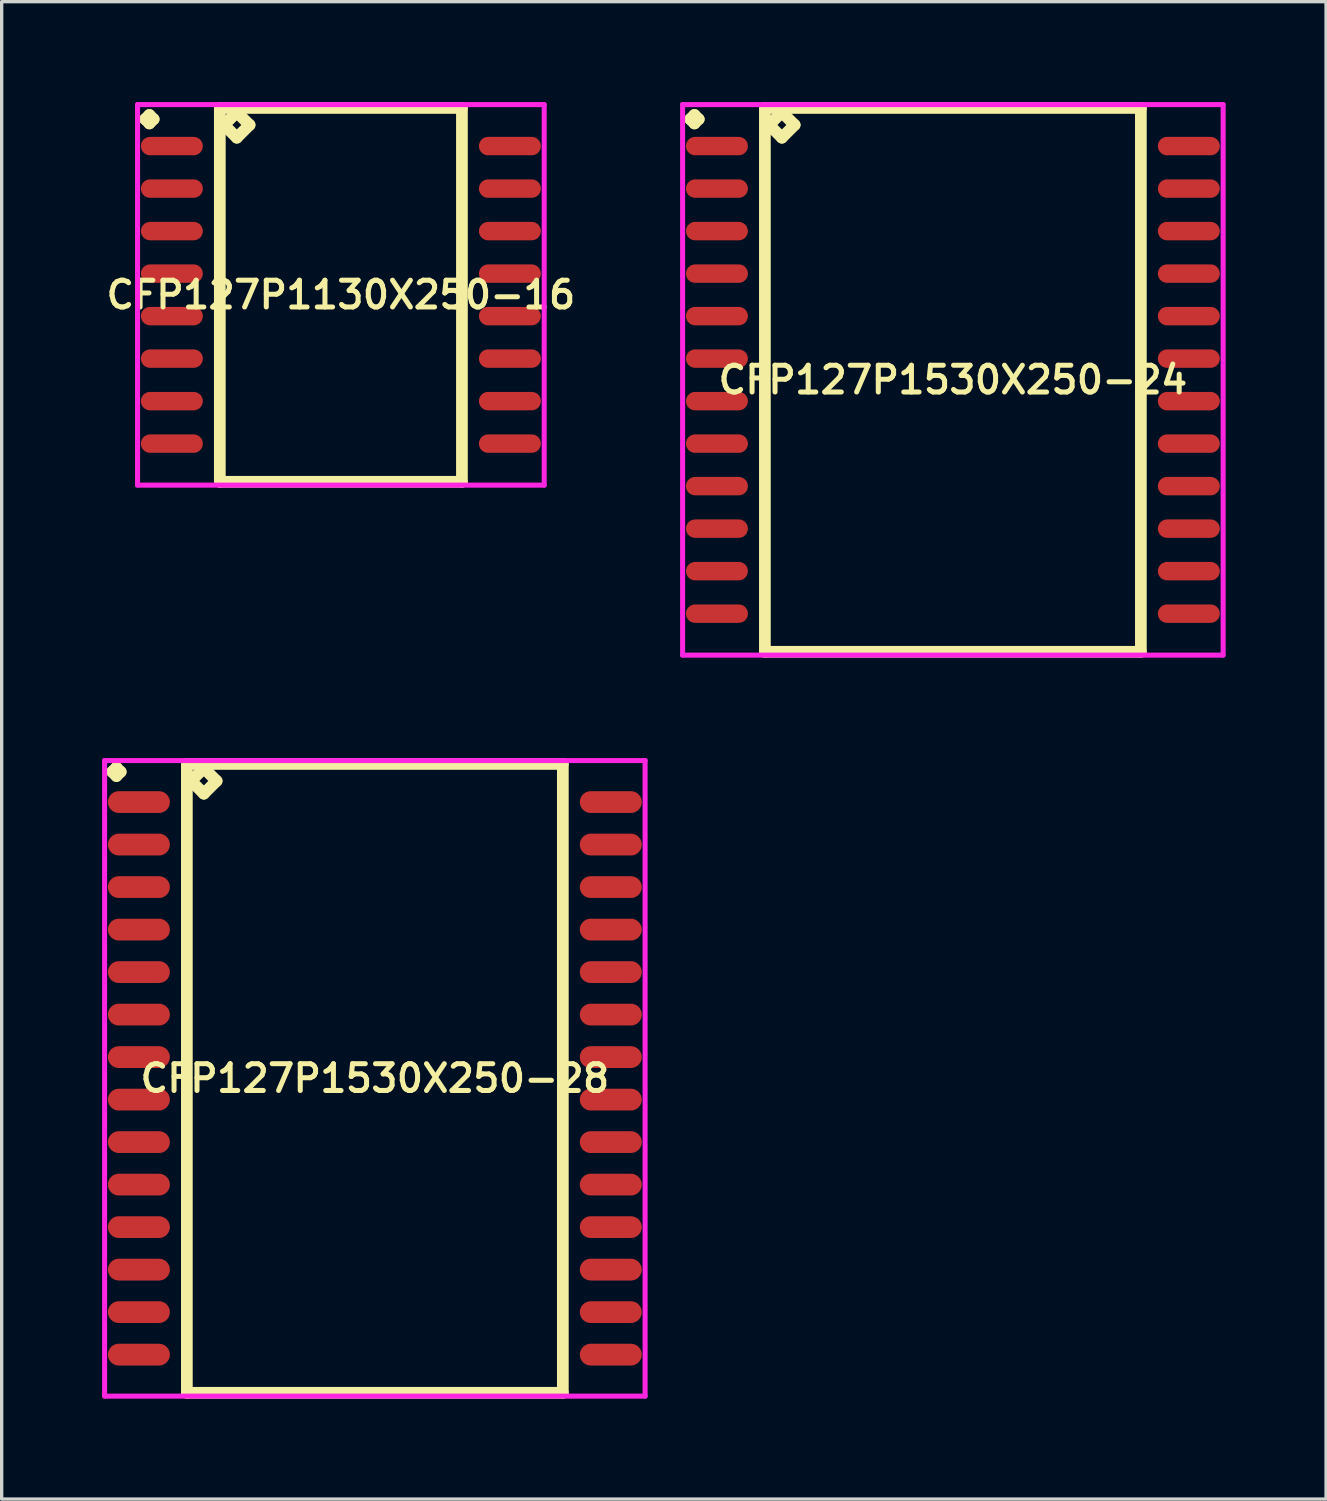
<source format=kicad_pcb>
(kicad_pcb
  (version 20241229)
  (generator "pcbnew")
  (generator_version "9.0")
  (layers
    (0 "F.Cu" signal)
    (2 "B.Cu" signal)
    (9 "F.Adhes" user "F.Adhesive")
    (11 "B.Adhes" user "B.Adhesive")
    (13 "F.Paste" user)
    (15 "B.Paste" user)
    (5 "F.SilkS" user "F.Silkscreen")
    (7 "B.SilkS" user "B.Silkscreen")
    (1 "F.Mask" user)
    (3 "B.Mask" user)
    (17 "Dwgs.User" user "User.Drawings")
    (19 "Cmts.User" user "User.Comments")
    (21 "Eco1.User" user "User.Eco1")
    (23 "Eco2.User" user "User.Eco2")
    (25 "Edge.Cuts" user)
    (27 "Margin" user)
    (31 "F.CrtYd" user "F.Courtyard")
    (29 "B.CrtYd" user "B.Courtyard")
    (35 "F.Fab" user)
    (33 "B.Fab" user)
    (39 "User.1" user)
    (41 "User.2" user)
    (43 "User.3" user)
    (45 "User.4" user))
  (footprint "CFP127P1130X250-16"
    (layer "F.Cu")
    (at 7.135 5.76)
    (property "Reference" "CFP127P1130X250-16" (at 0 0 0) (layer "F.SilkS") (effects (font (size 0.8 0.8) (thickness 0.15))))
    (attr smd)
    (fp_line (start -5.848 -5.249) (end -5.721 -5.376) (stroke (width 0.35) (type solid)) (layer "F.SilkS"))
    (fp_line (start -5.721 -5.376) (end -5.594 -5.249) (stroke (width 0.35) (type solid)) (layer "F.SilkS"))
    (fp_line (start -5.721 -5.122) (end -5.848 -5.249) (stroke (width 0.35) (type solid)) (layer "F.SilkS"))
    (fp_line (start -5.594 -5.249) (end -5.721 -5.122) (stroke (width 0.35) (type solid)) (layer "F.SilkS"))
    (fp_line (start -3.617 -5.585) (end -3.617 5.585) (stroke (width 0.35) (type solid)) (layer "F.SilkS"))
    (fp_line (start -3.617 5.585) (end 3.617 5.585) (stroke (width 0.35) (type solid)) (layer "F.SilkS"))
    (fp_line (start -3.49 -5.077) (end -3.109 -5.458) (stroke (width 0.35) (type solid)) (layer "F.SilkS"))
    (fp_line (start -3.109 -5.458) (end -2.728 -5.077) (stroke (width 0.35) (type solid)) (layer "F.SilkS"))
    (fp_line (start -3.109 -4.696) (end -3.49 -5.077) (stroke (width 0.35) (type solid)) (layer "F.SilkS"))
    (fp_line (start -2.728 -5.077) (end -3.109 -4.696) (stroke (width 0.35) (type solid)) (layer "F.SilkS"))
    (fp_line (start 3.617 -5.585) (end -3.617 -5.585) (stroke (width 0.35) (type solid)) (layer "F.SilkS"))
    (fp_line (start 3.617 5.585) (end 3.617 -5.585) (stroke (width 0.35) (type solid)) (layer "F.SilkS"))
    (fp_line (start -6.075 -5.685) (end 6.075 -5.685) (stroke (width 0.15) (type solid)) (layer "F.CrtYd"))
    (fp_line (start -6.075 5.685) (end -6.075 -5.685) (stroke (width 0.15) (type solid)) (layer "F.CrtYd"))
    (fp_line (start 6.075 -5.685) (end 6.075 5.685) (stroke (width 0.15) (type solid)) (layer "F.CrtYd"))
    (fp_line (start 6.075 5.685) (end -6.075 5.685) (stroke (width 0.15) (type solid)) (layer "F.CrtYd"))
    (pad "1" smd oval (at -5.05 -4.445) (size 1.85 0.55) (layers "F.Cu" "F.Mask" "F.Paste"))
    (pad "2" smd oval (at -5.05 -3.175) (size 1.85 0.55) (layers "F.Cu" "F.Mask" "F.Paste"))
    (pad "3" smd oval (at -5.05 -1.905) (size 1.85 0.55) (layers "F.Cu" "F.Mask" "F.Paste"))
    (pad "4" smd oval (at -5.05 -0.635) (size 1.85 0.55) (layers "F.Cu" "F.Mask" "F.Paste"))
    (pad "5" smd oval (at -5.05 0.635) (size 1.85 0.55) (layers "F.Cu" "F.Mask" "F.Paste"))
    (pad "6" smd oval (at -5.05 1.905) (size 1.85 0.55) (layers "F.Cu" "F.Mask" "F.Paste"))
    (pad "7" smd oval (at -5.05 3.175) (size 1.85 0.55) (layers "F.Cu" "F.Mask" "F.Paste"))
    (pad "8" smd oval (at -5.05 4.445) (size 1.85 0.55) (layers "F.Cu" "F.Mask" "F.Paste"))
    (pad "9" smd oval (at 5.05 4.445) (size 1.85 0.55) (layers "F.Cu" "F.Mask" "F.Paste"))
    (pad "10" smd oval (at 5.05 3.175) (size 1.85 0.55) (layers "F.Cu" "F.Mask" "F.Paste"))
    (pad "11" smd oval (at 5.05 1.905) (size 1.85 0.55) (layers "F.Cu" "F.Mask" "F.Paste"))
    (pad "12" smd oval (at 5.05 0.635) (size 1.85 0.55) (layers "F.Cu" "F.Mask" "F.Paste"))
    (pad "13" smd oval (at 5.05 -0.635) (size 1.85 0.55) (layers "F.Cu" "F.Mask" "F.Paste"))
    (pad "14" smd oval (at 5.05 -1.905) (size 1.85 0.55) (layers "F.Cu" "F.Mask" "F.Paste"))
    (pad "15" smd oval (at 5.05 -3.175) (size 1.85 0.55) (layers "F.Cu" "F.Mask" "F.Paste"))
    (pad "16" smd oval (at 5.05 -4.445) (size 1.85 0.55) (layers "F.Cu" "F.Mask" "F.Paste")))
  (footprint "CFP127P1530X250-24"
    (layer "F.Cu")
    (at 25.421 8.3)
    (property "Reference" "CFP127P1530X250-24" (at 0 0 0) (layer "F.SilkS") (effects (font (size 0.8 0.8) (thickness 0.15))))
    (attr smd)
    (fp_line (start -7.848 -7.789) (end -7.721 -7.916) (stroke (width 0.35) (type solid)) (layer "F.SilkS"))
    (fp_line (start -7.721 -7.916) (end -7.594 -7.789) (stroke (width 0.35) (type solid)) (layer "F.SilkS"))
    (fp_line (start -7.721 -7.662) (end -7.848 -7.789) (stroke (width 0.35) (type solid)) (layer "F.SilkS"))
    (fp_line (start -7.594 -7.789) (end -7.721 -7.662) (stroke (width 0.35) (type solid)) (layer "F.SilkS"))
    (fp_line (start -5.617 -8.125) (end -5.617 8.125) (stroke (width 0.35) (type solid)) (layer "F.SilkS"))
    (fp_line (start -5.617 8.125) (end 5.617 8.125) (stroke (width 0.35) (type solid)) (layer "F.SilkS"))
    (fp_line (start -5.49 -7.617) (end -5.109 -7.998) (stroke (width 0.35) (type solid)) (layer "F.SilkS"))
    (fp_line (start -5.109 -7.998) (end -4.728 -7.617) (stroke (width 0.35) (type solid)) (layer "F.SilkS"))
    (fp_line (start -5.109 -7.236) (end -5.49 -7.617) (stroke (width 0.35) (type solid)) (layer "F.SilkS"))
    (fp_line (start -4.728 -7.617) (end -5.109 -7.236) (stroke (width 0.35) (type solid)) (layer "F.SilkS"))
    (fp_line (start 5.617 -8.125) (end -5.617 -8.125) (stroke (width 0.35) (type solid)) (layer "F.SilkS"))
    (fp_line (start 5.617 8.125) (end 5.617 -8.125) (stroke (width 0.35) (type solid)) (layer "F.SilkS"))
    (fp_line (start -8.075 -8.225) (end 8.075 -8.225) (stroke (width 0.15) (type solid)) (layer "F.CrtYd"))
    (fp_line (start -8.075 8.225) (end -8.075 -8.225) (stroke (width 0.15) (type solid)) (layer "F.CrtYd"))
    (fp_line (start 8.075 -8.225) (end 8.075 8.225) (stroke (width 0.15) (type solid)) (layer "F.CrtYd"))
    (fp_line (start 8.075 8.225) (end -8.075 8.225) (stroke (width 0.15) (type solid)) (layer "F.CrtYd"))
    (pad "1" smd oval (at -7.05 -6.985) (size 1.85 0.55) (layers "F.Cu" "F.Mask" "F.Paste"))
    (pad "2" smd oval (at -7.05 -5.715) (size 1.85 0.55) (layers "F.Cu" "F.Mask" "F.Paste"))
    (pad "3" smd oval (at -7.05 -4.445) (size 1.85 0.55) (layers "F.Cu" "F.Mask" "F.Paste"))
    (pad "4" smd oval (at -7.05 -3.175) (size 1.85 0.55) (layers "F.Cu" "F.Mask" "F.Paste"))
    (pad "5" smd oval (at -7.05 -1.905) (size 1.85 0.55) (layers "F.Cu" "F.Mask" "F.Paste"))
    (pad "6" smd oval (at -7.05 -0.635) (size 1.85 0.55) (layers "F.Cu" "F.Mask" "F.Paste"))
    (pad "7" smd oval (at -7.05 0.635) (size 1.85 0.55) (layers "F.Cu" "F.Mask" "F.Paste"))
    (pad "8" smd oval (at -7.05 1.905) (size 1.85 0.55) (layers "F.Cu" "F.Mask" "F.Paste"))
    (pad "9" smd oval (at -7.05 3.175) (size 1.85 0.55) (layers "F.Cu" "F.Mask" "F.Paste"))
    (pad "10" smd oval (at -7.05 4.445) (size 1.85 0.55) (layers "F.Cu" "F.Mask" "F.Paste"))
    (pad "11" smd oval (at -7.05 5.715) (size 1.85 0.55) (layers "F.Cu" "F.Mask" "F.Paste"))
    (pad "12" smd oval (at -7.05 6.985) (size 1.85 0.55) (layers "F.Cu" "F.Mask" "F.Paste"))
    (pad "13" smd oval (at 7.05 6.985) (size 1.85 0.55) (layers "F.Cu" "F.Mask" "F.Paste"))
    (pad "14" smd oval (at 7.05 5.715) (size 1.85 0.55) (layers "F.Cu" "F.Mask" "F.Paste"))
    (pad "15" smd oval (at 7.05 4.445) (size 1.85 0.55) (layers "F.Cu" "F.Mask" "F.Paste"))
    (pad "16" smd oval (at 7.05 3.175) (size 1.85 0.55) (layers "F.Cu" "F.Mask" "F.Paste"))
    (pad "17" smd oval (at 7.05 1.905) (size 1.85 0.55) (layers "F.Cu" "F.Mask" "F.Paste"))
    (pad "18" smd oval (at 7.05 0.635) (size 1.85 0.55) (layers "F.Cu" "F.Mask" "F.Paste"))
    (pad "19" smd oval (at 7.05 -0.635) (size 1.85 0.55) (layers "F.Cu" "F.Mask" "F.Paste"))
    (pad "20" smd oval (at 7.05 -1.905) (size 1.85 0.55) (layers "F.Cu" "F.Mask" "F.Paste"))
    (pad "21" smd oval (at 7.05 -3.175) (size 1.85 0.55) (layers "F.Cu" "F.Mask" "F.Paste"))
    (pad "22" smd oval (at 7.05 -4.445) (size 1.85 0.55) (layers "F.Cu" "F.Mask" "F.Paste"))
    (pad "23" smd oval (at 7.05 -5.715) (size 1.85 0.55) (layers "F.Cu" "F.Mask" "F.Paste"))
    (pad "24" smd oval (at 7.05 -6.985) (size 1.85 0.55) (layers "F.Cu" "F.Mask" "F.Paste")))
  (footprint "CFP127P1530X250-28"
    (layer "F.Cu")
    (at 8.15 29.17)
    (property "Reference" "CFP127P1530X250-28" (at 0 0 0) (layer "F.SilkS") (effects (font (size 0.8 0.8) (thickness 0.15))))
    (attr through_hole)
    (fp_line (start -7.848 -9.159) (end -7.721 -9.286) (stroke (width 0.35) (type solid)) (layer "F.SilkS"))
    (fp_line (start -7.721 -9.286) (end -7.594 -9.159) (stroke (width 0.35) (type solid)) (layer "F.SilkS"))
    (fp_line (start -7.721 -9.032) (end -7.848 -9.159) (stroke (width 0.35) (type solid)) (layer "F.SilkS"))
    (fp_line (start -7.594 -9.159) (end -7.721 -9.032) (stroke (width 0.35) (type solid)) (layer "F.SilkS"))
    (fp_line (start -5.617 -9.395) (end -5.617 9.395) (stroke (width 0.35) (type solid)) (layer "F.SilkS"))
    (fp_line (start -5.617 9.395) (end 5.617 9.395) (stroke (width 0.35) (type solid)) (layer "F.SilkS"))
    (fp_line (start -5.49 -8.887) (end -5.109 -9.268) (stroke (width 0.35) (type solid)) (layer "F.SilkS"))
    (fp_line (start -5.109 -9.268) (end -4.728 -8.887) (stroke (width 0.35) (type solid)) (layer "F.SilkS"))
    (fp_line (start -5.109 -8.506) (end -5.49 -8.887) (stroke (width 0.35) (type solid)) (layer "F.SilkS"))
    (fp_line (start -4.728 -8.887) (end -5.109 -8.506) (stroke (width 0.35) (type solid)) (layer "F.SilkS"))
    (fp_line (start 5.617 -9.395) (end -5.617 -9.395) (stroke (width 0.35) (type solid)) (layer "F.SilkS"))
    (fp_line (start 5.617 9.395) (end 5.617 -9.395) (stroke (width 0.35) (type solid)) (layer "F.SilkS"))
    (fp_line (start -8.075 -9.495) (end 8.075 -9.495) (stroke (width 0.15) (type solid)) (layer "F.CrtYd"))
    (fp_line (start -8.075 9.495) (end -8.075 -9.495) (stroke (width 0.15) (type solid)) (layer "F.CrtYd"))
    (fp_line (start 8.075 -9.495) (end 8.075 9.495) (stroke (width 0.15) (type solid)) (layer "F.CrtYd"))
    (fp_line (start 8.075 9.495) (end -8.075 9.495) (stroke (width 0.15) (type solid)) (layer "F.CrtYd"))
    (pad "1" smd oval (at -7.05 -8.255) (size 1.85 0.65) (layers "F.Cu" "F.Mask" "F.Paste"))
    (pad "2" smd oval (at -7.05 -6.985) (size 1.85 0.65) (layers "F.Cu" "F.Mask" "F.Paste"))
    (pad "3" smd oval (at -7.05 -5.715) (size 1.85 0.65) (layers "F.Cu" "F.Mask" "F.Paste"))
    (pad "4" smd oval (at -7.05 -4.445) (size 1.85 0.65) (layers "F.Cu" "F.Mask" "F.Paste"))
    (pad "5" smd oval (at -7.05 -3.175) (size 1.85 0.65) (layers "F.Cu" "F.Mask" "F.Paste"))
    (pad "6" smd oval (at -7.05 -1.905) (size 1.85 0.65) (layers "F.Cu" "F.Mask" "F.Paste"))
    (pad "7" smd oval (at -7.05 -0.635) (size 1.85 0.65) (layers "F.Cu" "F.Mask" "F.Paste"))
    (pad "8" smd oval (at -7.05 0.635) (size 1.85 0.65) (layers "F.Cu" "F.Mask" "F.Paste"))
    (pad "9" smd oval (at -7.05 1.905) (size 1.85 0.65) (layers "F.Cu" "F.Mask" "F.Paste"))
    (pad "10" smd oval (at -7.05 3.175) (size 1.85 0.65) (layers "F.Cu" "F.Mask" "F.Paste"))
    (pad "11" smd oval (at -7.05 4.445) (size 1.85 0.65) (layers "F.Cu" "F.Mask" "F.Paste"))
    (pad "12" smd oval (at -7.05 5.715) (size 1.85 0.65) (layers "F.Cu" "F.Mask" "F.Paste"))
    (pad "13" smd oval (at -7.05 6.985) (size 1.85 0.65) (layers "F.Cu" "F.Mask" "F.Paste"))
    (pad "14" smd oval (at -7.05 8.255) (size 1.85 0.65) (layers "F.Cu" "F.Mask" "F.Paste"))
    (pad "15" smd oval (at 7.05 8.255) (size 1.85 0.65) (layers "F.Cu" "F.Mask" "F.Paste"))
    (pad "16" smd oval (at 7.05 6.985) (size 1.85 0.65) (layers "F.Cu" "F.Mask" "F.Paste"))
    (pad "17" smd oval (at 7.05 5.715) (size 1.85 0.65) (layers "F.Cu" "F.Mask" "F.Paste"))
    (pad "18" smd oval (at 7.05 4.445) (size 1.85 0.65) (layers "F.Cu" "F.Mask" "F.Paste"))
    (pad "19" smd oval (at 7.05 3.175) (size 1.85 0.65) (layers "F.Cu" "F.Mask" "F.Paste"))
    (pad "20" smd oval (at 7.05 1.905) (size 1.85 0.65) (layers "F.Cu" "F.Mask" "F.Paste"))
    (pad "21" smd oval (at 7.05 0.635) (size 1.85 0.65) (layers "F.Cu" "F.Mask" "F.Paste"))
    (pad "22" smd oval (at 7.05 -0.635) (size 1.85 0.65) (layers "F.Cu" "F.Mask" "F.Paste"))
    (pad "23" smd oval (at 7.05 -1.905) (size 1.85 0.65) (layers "F.Cu" "F.Mask" "F.Paste"))
    (pad "24" smd oval (at 7.05 -3.175) (size 1.85 0.65) (layers "F.Cu" "F.Mask" "F.Paste"))
    (pad "25" smd oval (at 7.05 -4.445) (size 1.85 0.65) (layers "F.Cu" "F.Mask" "F.Paste"))
    (pad "26" smd oval (at 7.05 -5.715) (size 1.85 0.65) (layers "F.Cu" "F.Mask" "F.Paste"))
    (pad "27" smd oval (at 7.05 -6.985) (size 1.85 0.65) (layers "F.Cu" "F.Mask" "F.Paste"))
    (pad "28" smd oval (at 7.05 -8.255) (size 1.85 0.65) (layers "F.Cu" "F.Mask" "F.Paste")))
  (gr_rect
    (start -3 -3)
    (end 36.571 41.74)
    (stroke (width 0.1) (type default))
    (fill no)
    (layer "Edge.Cuts")))
</source>
